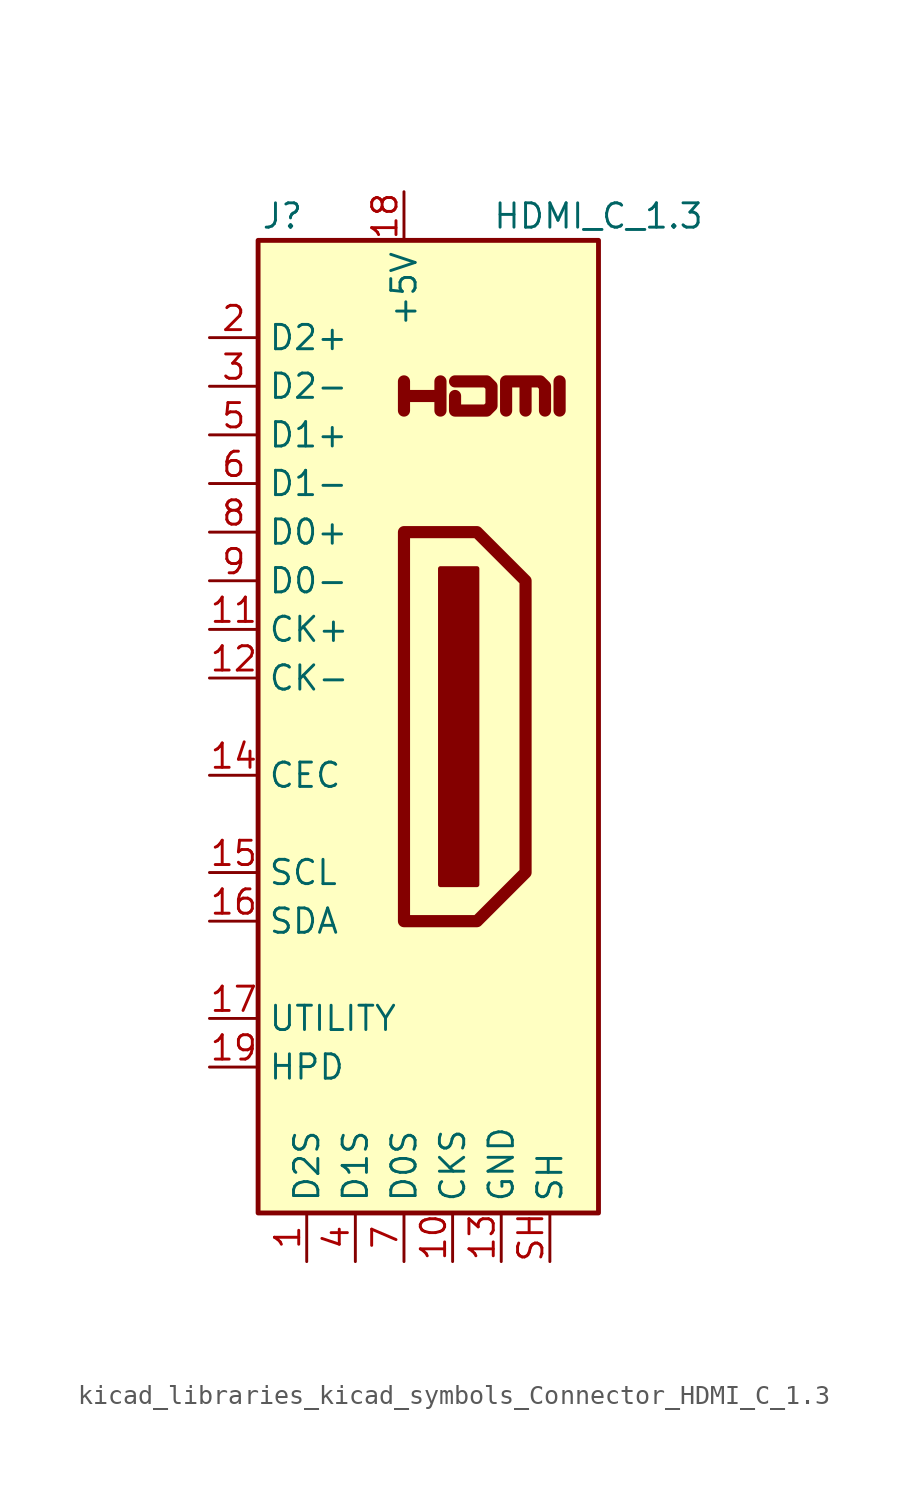
<source format=kicad_sym>
(kicad_symbol_lib
  (version 20220914)
  (generator kicad_symbol_editor)
  (symbol "kicad_libraries_kicad_symbols_Connector_HDMI_C_1.3"
    (property "Reference" "J"
      (at -6.35 26.67 0)
      (effects (font (size 1.27 1.27))))
    (property "Value" "HDMI_C_1.3"
      (at 10.16 26.67 0)
      (effects (font (size 1.27 1.27))))
    (symbol "kicad_libraries_kicad_symbols_Connector_HDMI_C_1.3_0_0"
      (polyline (pts (xy 8.128 16.51) (xy 8.128 18.034)) (stroke (width 0.635) (type default)) (fill (type none)))
      (polyline (pts (xy 0 16.51) (xy 0 18.034) (xy 0 17.272) (xy 1.905 17.272) (xy 1.905 18.034) (xy 1.905 16.51)) (stroke (width 0.635) (type default)) (fill (type none)))
      (polyline (pts (xy 2.667 18.034) (xy 4.318 18.034) (xy 4.572 17.78) (xy 4.572 16.764) (xy 4.318 16.51) (xy 2.667 16.51) (xy 2.667 17.272)) (stroke (width 0.635) (type default)) (fill (type none))))
    (symbol "kicad_libraries_kicad_symbols_Connector_HDMI_C_1.3_0_1"
      (rectangle (start -7.62 25.4) (end 10.16 -25.4) (stroke (width 0.254) (type default)) (fill (type background)))
      (polyline (pts (xy 0 10.16) (xy 3.81 10.16) (xy 6.35 7.62) (xy 6.35 -7.62) (xy 3.81 -10.16) (xy 0 -10.16) (xy 0 10.16)) (stroke (width 0.635) (type default)) (fill (type none)))
      (polyline (pts (xy 5.334 16.51) (xy 5.334 18.034) (xy 6.35 18.034) (xy 6.35 16.51) (xy 6.35 18.034) (xy 7.112 18.034) (xy 7.366 17.78) (xy 7.366 16.51)) (stroke (width 0.635) (type default)) (fill (type none)))
      (rectangle (start 1.905 8.255) (end 3.81 -8.255) (stroke (width 0.254) (type default)) (fill (type outline))))
    (symbol "kicad_libraries_kicad_symbols_Connector_HDMI_C_1.3_1_1"
      (pin power_in line (at -5.08 -27.94 90) (length 2.54) (name "D2S" (effects (font (size 1.27 1.27)))) (number "1" (effects (font (size 1.27 1.27)))))
      (pin power_in line (at 2.54 -27.94 90) (length 2.54) (name "CKS" (effects (font (size 1.27 1.27)))) (number "10" (effects (font (size 1.27 1.27)))))
      (pin passive line (at -10.16 5.08 0) (length 2.54) (name "CK+" (effects (font (size 1.27 1.27)))) (number "11" (effects (font (size 1.27 1.27)))))
      (pin passive line (at -10.16 2.54 0) (length 2.54) (name "CK-" (effects (font (size 1.27 1.27)))) (number "12" (effects (font (size 1.27 1.27)))))
      (pin power_in line (at 5.08 -27.94 90) (length 2.54) (name "GND" (effects (font (size 1.27 1.27)))) (number "13" (effects (font (size 1.27 1.27)))))
      (pin bidirectional line (at -10.16 -2.54 0) (length 2.54) (name "CEC" (effects (font (size 1.27 1.27)))) (number "14" (effects (font (size 1.27 1.27)))))
      (pin passive line (at -10.16 -7.62 0) (length 2.54) (name "SCL" (effects (font (size 1.27 1.27)))) (number "15" (effects (font (size 1.27 1.27)))))
      (pin bidirectional line (at -10.16 -10.16 0) (length 2.54) (name "SDA" (effects (font (size 1.27 1.27)))) (number "16" (effects (font (size 1.27 1.27)))))
      (pin passive line (at -10.16 -15.24 0) (length 2.54) (name "UTILITY" (effects (font (size 1.27 1.27)))) (number "17" (effects (font (size 1.27 1.27)))))
      (pin power_in line (at 0 27.94 270) (length 2.54) (name "+5V" (effects (font (size 1.27 1.27)))) (number "18" (effects (font (size 1.27 1.27)))))
      (pin passive line (at -10.16 -17.78 0) (length 2.54) (name "HPD" (effects (font (size 1.27 1.27)))) (number "19" (effects (font (size 1.27 1.27)))))
      (pin passive line (at -10.16 20.32 0) (length 2.54) (name "D2+" (effects (font (size 1.27 1.27)))) (number "2" (effects (font (size 1.27 1.27)))))
      (pin passive line (at -10.16 17.78 0) (length 2.54) (name "D2-" (effects (font (size 1.27 1.27)))) (number "3" (effects (font (size 1.27 1.27)))))
      (pin power_in line (at -2.54 -27.94 90) (length 2.54) (name "D1S" (effects (font (size 1.27 1.27)))) (number "4" (effects (font (size 1.27 1.27)))))
      (pin passive line (at -10.16 15.24 0) (length 2.54) (name "D1+" (effects (font (size 1.27 1.27)))) (number "5" (effects (font (size 1.27 1.27)))))
      (pin passive line (at -10.16 12.7 0) (length 2.54) (name "D1-" (effects (font (size 1.27 1.27)))) (number "6" (effects (font (size 1.27 1.27)))))
      (pin power_in line (at 0 -27.94 90) (length 2.54) (name "D0S" (effects (font (size 1.27 1.27)))) (number "7" (effects (font (size 1.27 1.27)))))
      (pin passive line (at -10.16 10.16 0) (length 2.54) (name "D0+" (effects (font (size 1.27 1.27)))) (number "8" (effects (font (size 1.27 1.27)))))
      (pin passive line (at -10.16 7.62 0) (length 2.54) (name "D0-" (effects (font (size 1.27 1.27)))) (number "9" (effects (font (size 1.27 1.27)))))
      (pin passive line (at 7.62 -27.94 90) (length 2.54) (name "SH" (effects (font (size 1.27 1.27)))) (number "SH" (effects (font (size 1.27 1.27))))))))
</source>
